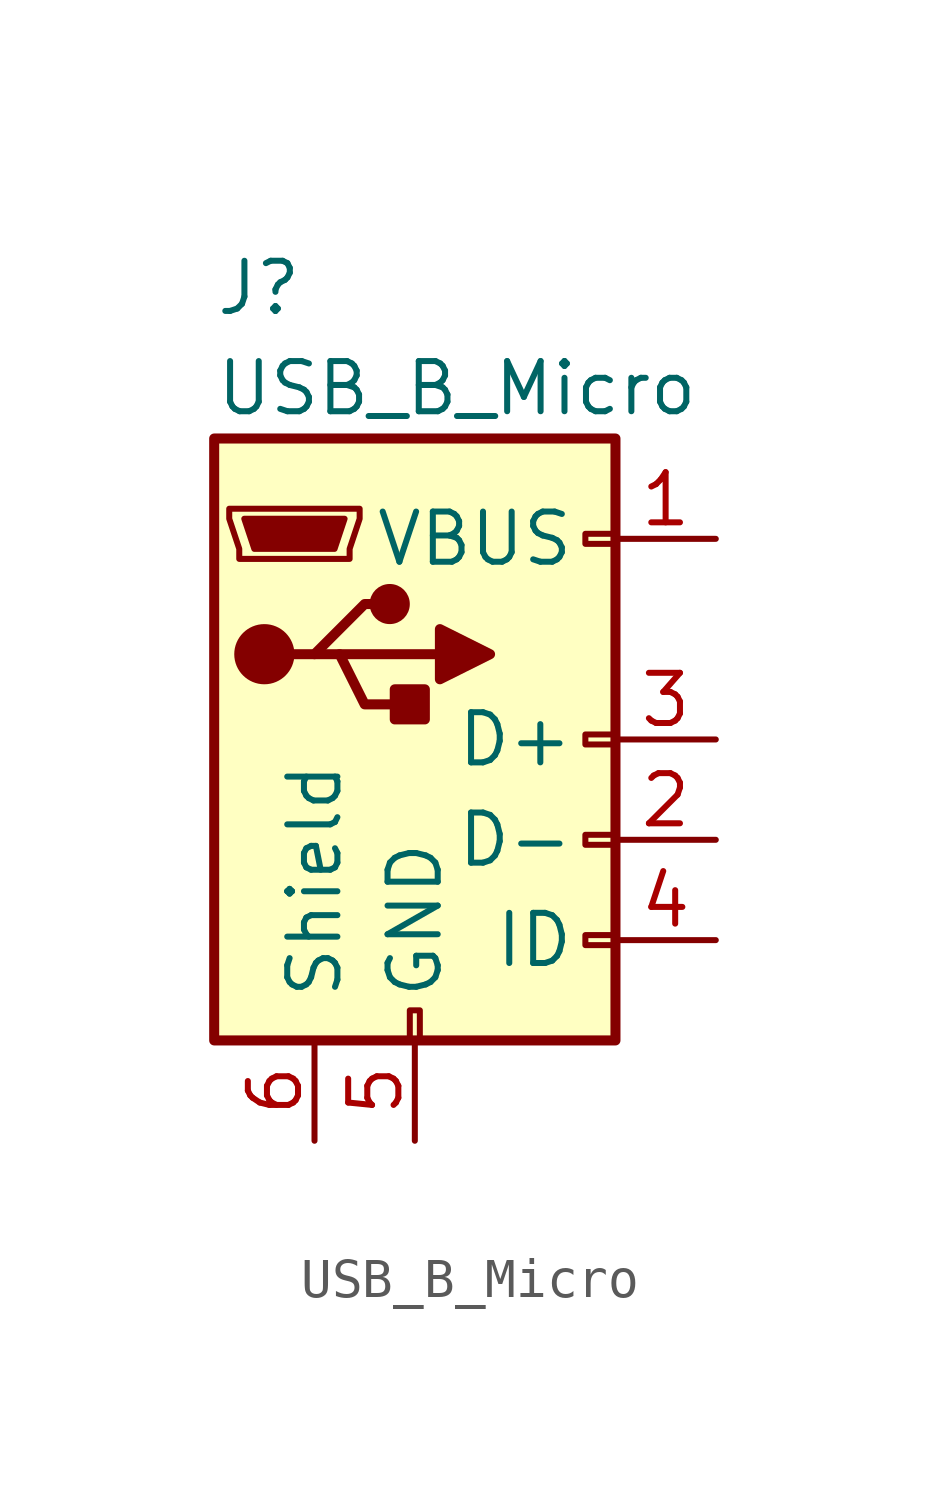
<source format=kicad_sym>
(kicad_symbol_lib
  (version 20211014)
  (generator kicad_symbol_editor)
  (symbol "USB_B_Micro"
    (pin_names
      (offset 1.016))
    (property "Reference" "J"
      (at -5.08 11.43 0)
      (effects (font (size 1.27 1.27)) (justify left)))
    (property "Value" "USB_B_Micro"
      (at -5.08 8.89 0)
      (effects (font (size 1.27 1.27)) (justify left)))
    (symbol "USB_B_Micro_0_1"
      (rectangle (start -5.08 -7.62) (end 5.08 7.62) (stroke (width 0.254) (type default) (color 0 0 0 0)) (fill (type background)))
      (circle (center -3.81 2.159) (radius 0.635) (stroke (width 0.254) (type default) (color 0 0 0 0)) (fill (type outline)))
      (circle (center -0.635 3.429) (radius 0.381) (stroke (width 0.254) (type default) (color 0 0 0 0)) (fill (type outline)))
      (rectangle (start -0.127 -7.62) (end 0.127 -6.858) (stroke (width 0) (type default) (color 0 0 0 0)) (fill (type none)))
      (polyline (pts (xy -1.905 2.159) (xy 0.635 2.159)) (stroke (width 0.254) (type default) (color 0 0 0 0)) (fill (type none)))
      (polyline (pts (xy -3.175 2.159) (xy -2.54 2.159) (xy -1.27 3.429) (xy -0.635 3.429)) (stroke (width 0.254) (type default) (color 0 0 0 0)) (fill (type none)))
      (polyline (pts (xy -2.54 2.159) (xy -1.905 2.159) (xy -1.27 0.889) (xy 0 0.889)) (stroke (width 0.254) (type default) (color 0 0 0 0)) (fill (type none)))
      (polyline (pts (xy 0.635 2.794) (xy 0.635 1.524) (xy 1.905 2.159) (xy 0.635 2.794)) (stroke (width 0.254) (type default) (color 0 0 0 0)) (fill (type outline)))
      (polyline (pts (xy -4.318 5.588) (xy -1.778 5.588) (xy -2.032 4.826) (xy -4.064 4.826) (xy -4.318 5.588)) (stroke (width 0) (type default) (color 0 0 0 0)) (fill (type outline)))
      (polyline (pts (xy -4.699 5.842) (xy -4.699 5.588) (xy -4.445 4.826) (xy -4.445 4.572) (xy -1.651 4.572) (xy -1.651 4.826) (xy -1.397 5.588) (xy -1.397 5.842) (xy -4.699 5.842)) (stroke (width 0) (type default) (color 0 0 0 0)) (fill (type none)))
      (rectangle (start 0.254 1.27) (end -0.508 0.508) (stroke (width 0.254) (type default) (color 0 0 0 0)) (fill (type outline)))
      (rectangle (start 5.08 -5.207) (end 4.318 -4.953) (stroke (width 0) (type default) (color 0 0 0 0)) (fill (type none)))
      (rectangle (start 5.08 -2.667) (end 4.318 -2.413) (stroke (width 0) (type default) (color 0 0 0 0)) (fill (type none)))
      (rectangle (start 5.08 -0.127) (end 4.318 0.127) (stroke (width 0) (type default) (color 0 0 0 0)) (fill (type none)))
      (rectangle (start 5.08 4.953) (end 4.318 5.207) (stroke (width 0) (type default) (color 0 0 0 0)) (fill (type none))))
    (symbol "USB_B_Micro_1_1"
      (pin power_out line (at 7.62 5.08 180) (length 2.54) (name "VBUS" (effects (font (size 1.27 1.27)))) (number "1" (effects (font (size 1.27 1.27)))))
      (pin bidirectional line (at 7.62 -2.54 180) (length 2.54) (name "D-" (effects (font (size 1.27 1.27)))) (number "2" (effects (font (size 1.27 1.27)))))
      (pin bidirectional line (at 7.62 0 180) (length 2.54) (name "D+" (effects (font (size 1.27 1.27)))) (number "3" (effects (font (size 1.27 1.27)))))
      (pin passive line (at 7.62 -5.08 180) (length 2.54) (name "ID" (effects (font (size 1.27 1.27)))) (number "4" (effects (font (size 1.27 1.27)))))
      (pin power_in line (at 0 -10.16 90) (length 2.54) (name "GND" (effects (font (size 1.27 1.27)))) (number "5" (effects (font (size 1.27 1.27)))))
      (pin passive line (at -2.54 -10.16 90) (length 2.54) (name "Shield" (effects (font (size 1.27 1.27)))) (number "6" (effects (font (size 1.27 1.27))))))))
</source>
